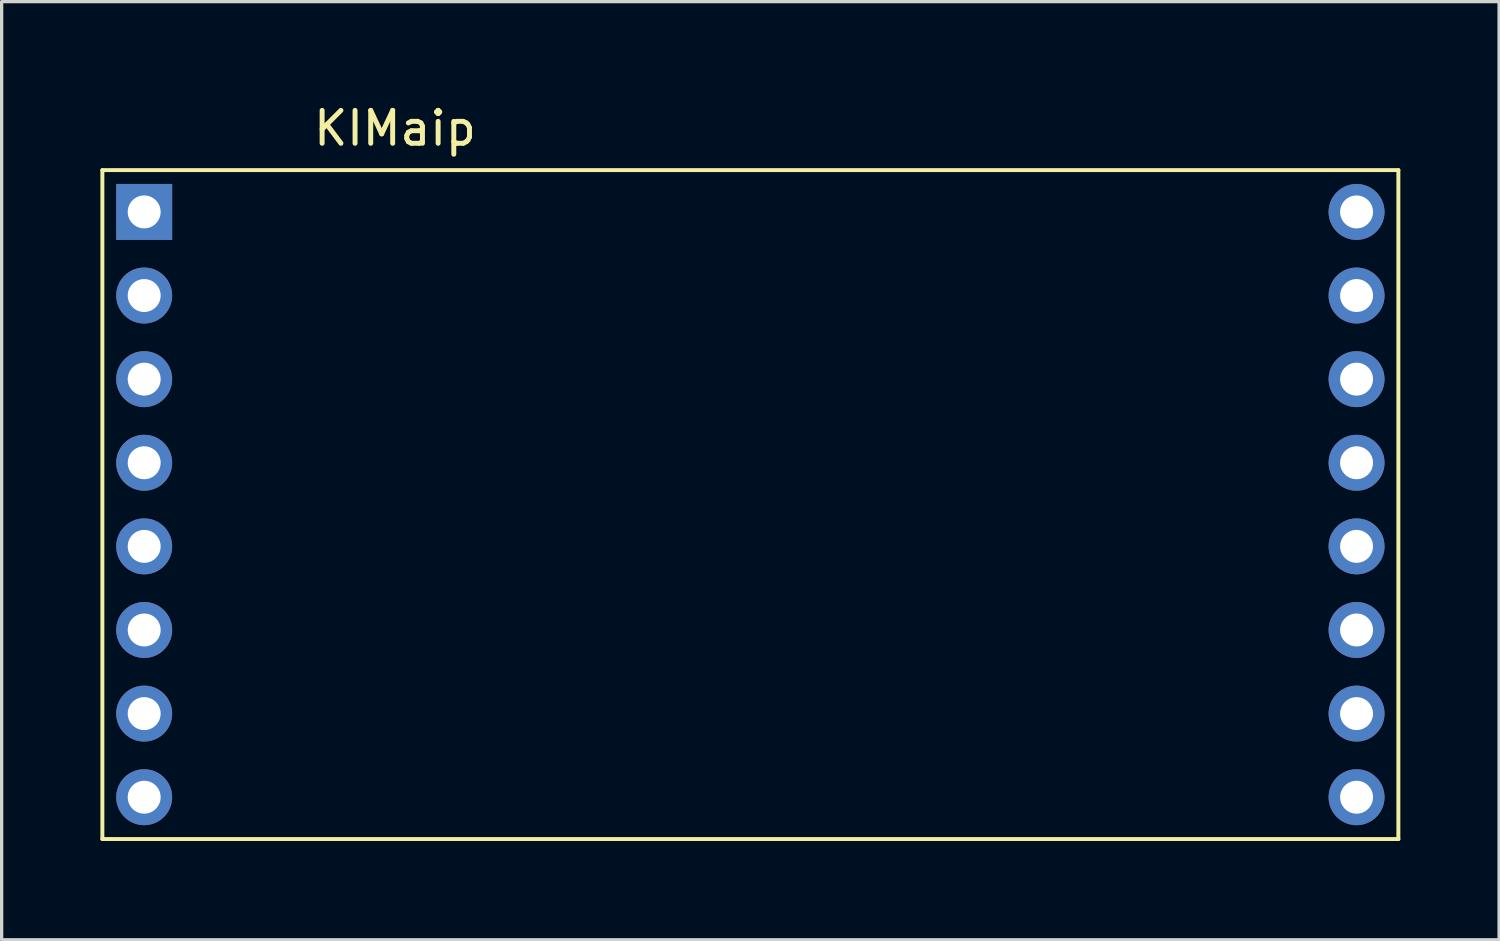
<source format=kicad_pcb>
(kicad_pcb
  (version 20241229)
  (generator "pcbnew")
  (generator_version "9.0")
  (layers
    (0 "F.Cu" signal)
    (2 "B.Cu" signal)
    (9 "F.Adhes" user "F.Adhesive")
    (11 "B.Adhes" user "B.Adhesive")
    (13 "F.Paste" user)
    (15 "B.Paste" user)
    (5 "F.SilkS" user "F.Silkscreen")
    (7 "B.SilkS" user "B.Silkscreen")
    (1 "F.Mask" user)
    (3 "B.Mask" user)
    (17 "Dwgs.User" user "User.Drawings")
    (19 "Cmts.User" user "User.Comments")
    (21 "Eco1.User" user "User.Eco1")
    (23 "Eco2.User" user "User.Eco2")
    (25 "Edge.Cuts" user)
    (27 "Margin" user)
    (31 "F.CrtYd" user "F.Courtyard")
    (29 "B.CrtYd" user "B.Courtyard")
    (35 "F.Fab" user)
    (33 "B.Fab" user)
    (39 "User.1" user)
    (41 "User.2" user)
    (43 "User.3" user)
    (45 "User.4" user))
  (footprint "KIMaip"
    (layer "F.Cu")
    (at 1.33 3.388)
    (property "Reference" "KIMaip" (at 7.62 -2.54 0) (layer "F.SilkS") (effects (font (size 1 1) (thickness 0.15))))
    (attr through_hole)
    (fp_line (start -1.27 -1.27) (end 38.1 -1.27) (stroke (width 0.12) (type solid)) (layer "F.SilkS"))
    (fp_line (start -1.27 19.05) (end -1.27 -1.27) (stroke (width 0.12) (type solid)) (layer "F.SilkS"))
    (fp_line (start 38.1 -1.27) (end 38.1 19.05) (stroke (width 0.12) (type solid)) (layer "F.SilkS"))
    (fp_line (start 38.1 19.05) (end -1.27 19.05) (stroke (width 0.12) (type solid)) (layer "F.SilkS"))
    (pad "1" thru_hole rect (at 0 0) (size 1.7 1.7) (drill 1) (layers "*.Cu" "*.Mask"))
    (pad "2" thru_hole circle (at 0 2.54) (size 1.7 1.7) (drill 1) (layers "*.Cu" "*.Mask"))
    (pad "3" thru_hole circle (at 0 5.08) (size 1.7 1.7) (drill 1) (layers "*.Cu" "*.Mask"))
    (pad "4" thru_hole circle (at 0 7.62) (size 1.7 1.7) (drill 1) (layers "*.Cu" "*.Mask"))
    (pad "5" thru_hole circle (at 0 10.16) (size 1.7 1.7) (drill 1) (layers "*.Cu" "*.Mask"))
    (pad "6" thru_hole circle (at 0 12.7) (size 1.7 1.7) (drill 1) (layers "*.Cu" "*.Mask"))
    (pad "7" thru_hole circle (at 0 15.24) (size 1.7 1.7) (drill 1) (layers "*.Cu" "*.Mask"))
    (pad "8" thru_hole circle (at 0 17.78) (size 1.7 1.7) (drill 1) (layers "*.Cu" "*.Mask"))
    (pad "9" thru_hole circle (at 36.83 17.78) (size 1.7 1.7) (drill 1) (layers "*.Cu" "*.Mask"))
    (pad "10" thru_hole circle (at 36.83 15.24) (size 1.7 1.7) (drill 1) (layers "*.Cu" "*.Mask"))
    (pad "11" thru_hole circle (at 36.83 12.7) (size 1.7 1.7) (drill 1) (layers "*.Cu" "*.Mask"))
    (pad "12" thru_hole circle (at 36.83 10.16) (size 1.7 1.7) (drill 1) (layers "*.Cu" "*.Mask"))
    (pad "13" thru_hole circle (at 36.83 7.62) (size 1.7 1.7) (drill 1) (layers "*.Cu" "*.Mask"))
    (pad "14" thru_hole circle (at 36.83 5.08) (size 1.7 1.7) (drill 1) (layers "*.Cu" "*.Mask"))
    (pad "15" thru_hole circle (at 36.83 2.54) (size 1.7 1.7) (drill 1) (layers "*.Cu" "*.Mask"))
    (pad "16" thru_hole circle (at 36.83 0) (size 1.7 1.7) (drill 1) (layers "*.Cu" "*.Mask")))
  (gr_rect
    (start -3 -3)
    (end 42.49 25.498)
    (stroke (width 0.1) (type default))
    (fill no)
    (layer "Edge.Cuts")))
</source>
